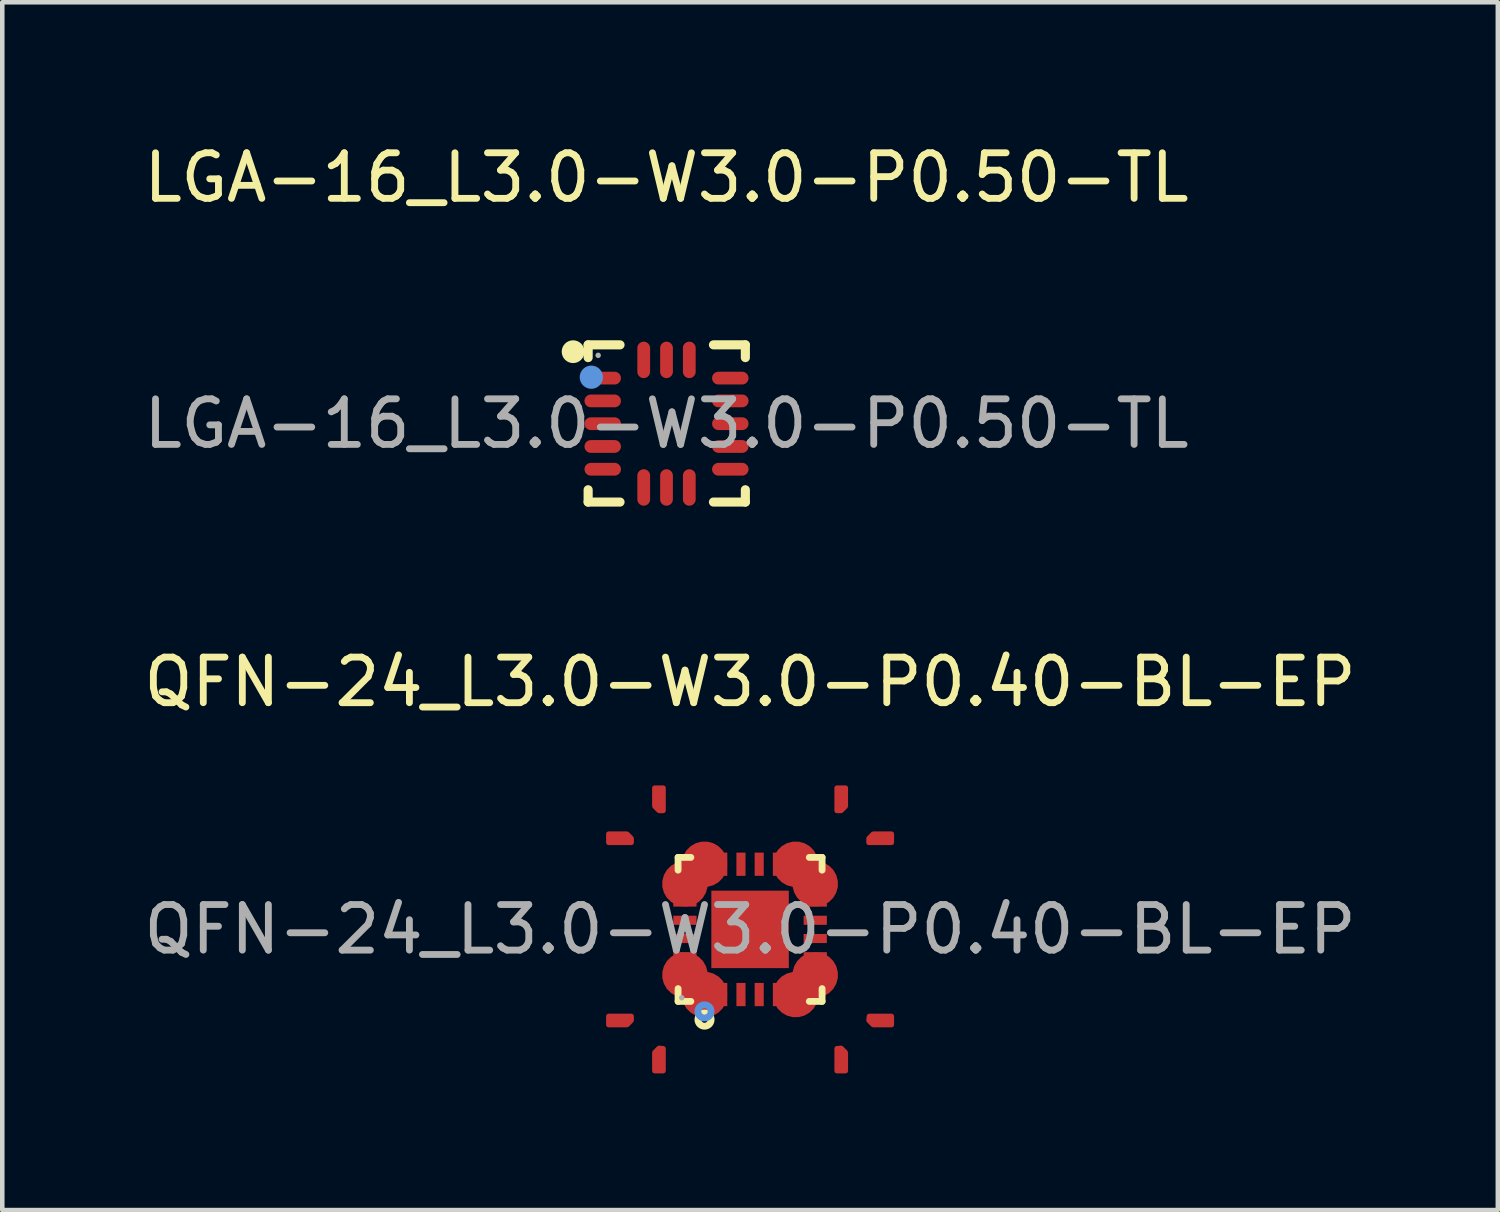
<source format=kicad_pcb>
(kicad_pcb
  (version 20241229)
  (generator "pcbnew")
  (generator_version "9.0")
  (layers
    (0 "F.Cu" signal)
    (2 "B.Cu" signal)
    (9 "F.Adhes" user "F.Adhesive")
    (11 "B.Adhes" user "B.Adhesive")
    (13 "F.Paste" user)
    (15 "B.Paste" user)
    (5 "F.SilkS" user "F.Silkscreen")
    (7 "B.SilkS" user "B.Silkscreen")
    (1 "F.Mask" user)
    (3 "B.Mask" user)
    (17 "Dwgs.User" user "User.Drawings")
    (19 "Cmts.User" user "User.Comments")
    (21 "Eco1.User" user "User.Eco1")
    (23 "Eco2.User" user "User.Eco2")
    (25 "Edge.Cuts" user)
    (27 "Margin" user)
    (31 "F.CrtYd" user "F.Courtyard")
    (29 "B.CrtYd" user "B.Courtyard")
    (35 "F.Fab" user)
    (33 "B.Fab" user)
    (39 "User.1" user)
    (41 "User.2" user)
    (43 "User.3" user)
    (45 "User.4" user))
  (footprint "QFN-24_L3.0-W3.0-P0.40-BL-EP"
    (layer "F.Cu")
    (at 13.411 17.346)
    (property "Reference" "QFN-24_L3.0-W3.0-P0.40-BL-EP" (at 0 -5.43 0) (layer "F.SilkS") (effects (font (size 1 1) (thickness 0.15))))
    (attr through_hole)
    (fp_line (start -1.58 -1.58) (end -1.3 -1.58) (stroke (width 0.15) (type solid)) (layer "F.SilkS"))
    (fp_line (start -1.58 -1.3) (end -1.58 -1.58) (stroke (width 0.15) (type solid)) (layer "F.SilkS"))
    (fp_line (start -1.58 1.3) (end -1.58 1.58) (stroke (width 0.15) (type solid)) (layer "F.SilkS"))
    (fp_line (start -1.58 1.58) (end -1.3 1.58) (stroke (width 0.15) (type solid)) (layer "F.SilkS"))
    (fp_line (start 1.58 -1.58) (end 1.3 -1.58) (stroke (width 0.15) (type solid)) (layer "F.SilkS"))
    (fp_line (start 1.58 -1.3) (end 1.58 -1.58) (stroke (width 0.15) (type solid)) (layer "F.SilkS"))
    (fp_line (start 1.58 1.3) (end 1.58 1.58) (stroke (width 0.15) (type solid)) (layer "F.SilkS"))
    (fp_line (start 1.58 1.58) (end 1.3 1.58) (stroke (width 0.15) (type solid)) (layer "F.SilkS"))
    (fp_circle (center -1 1.98) (end -0.93 1.98) (stroke (width 0.15) (type solid)) (fill no) (layer "F.SilkS"))
    (fp_circle (center -1 1.8) (end -0.93 1.8) (stroke (width 0.15) (type solid)) (fill no) (layer "Cmts.User"))
    (fp_circle (center -1.5 1.5) (end -1.47 1.5) (stroke (width 0.06) (type solid)) (fill no) (layer "F.Fab"))
    (fp_text user "${REFERENCE}" (at 0 0 0) (layer "F.Fab") (effects (font (size 1 1) (thickness 0.15))))
    (pad "1" smd custom (at -1 1.43) (size 1 1) (layers "F.Cu" "F.Mask" "F.Paste") (options (anchor circle)) (primitives (gr_poly (pts (xy -1.1 1.68) (xy -0.9 1.68) (xy -0.9 1.18) (xy -1 1.17) (xy -1.1 1.27)) (width 0.1) (fill yes))))
    (pad "2" smd rect (at -0.6 1.43) (size 0.2 0.51) (layers "F.Cu" "F.Mask" "F.Paste"))
    (pad "3" smd rect (at -0.2 1.43) (size 0.2 0.51) (layers "F.Cu" "F.Mask" "F.Paste"))
    (pad "4" smd rect (at 0.2 1.43) (size 0.2 0.51) (layers "F.Cu" "F.Mask" "F.Paste"))
    (pad "5" smd rect (at 0.6 1.43) (size 0.2 0.51) (layers "F.Cu" "F.Mask" "F.Paste"))
    (pad "6" smd custom (at 1 1.43) (size 1 1) (layers "F.Cu" "F.Mask" "F.Paste") (options (anchor circle)) (primitives (gr_poly (pts (xy 1.1 1.68) (xy 0.9 1.68) (xy 0.9 1.18) (xy 1 1.17) (xy 1.1 1.27)) (width 0.1) (fill yes))))
    (pad "7" smd custom (at 1.43 1) (size 1 1) (layers "F.Cu" "F.Mask" "F.Paste") (options (anchor circle)) (primitives (gr_poly (pts (xy 1.68 1.1) (xy 1.27 1.1) (xy 1.17 1) (xy 1.18 0.9) (xy 1.68 0.9)) (width 0.1) (fill yes))))
    (pad "8" smd rect (at 1.43 0.6) (size 0.51 0.2) (layers "F.Cu" "F.Mask" "F.Paste"))
    (pad "9" smd rect (at 1.43 0.2) (size 0.51 0.2) (layers "F.Cu" "F.Mask" "F.Paste"))
    (pad "10" smd rect (at 1.43 -0.2) (size 0.51 0.2) (layers "F.Cu" "F.Mask" "F.Paste"))
    (pad "11" smd rect (at 1.43 -0.6) (size 0.51 0.2) (layers "F.Cu" "F.Mask" "F.Paste"))
    (pad "12" smd custom (at 1.43 -1) (size 1 1) (layers "F.Cu" "F.Mask" "F.Paste") (options (anchor circle)) (primitives (gr_poly (pts (xy 1.68 -1.1) (xy 1.27 -1.1) (xy 1.17 -1) (xy 1.17 -0.9) (xy 1.68 -0.9)) (width 0.1) (fill yes))))
    (pad "13" smd custom (at 1 -1.43) (size 1 1) (layers "F.Cu" "F.Mask" "F.Paste") (options (anchor circle)) (primitives (gr_poly (pts (xy 1.1 -1.68) (xy 0.9 -1.68) (xy 0.9 -1.17) (xy 1 -1.17) (xy 1.1 -1.27)) (width 0.1) (fill yes))))
    (pad "14" smd rect (at 0.6 -1.43) (size 0.2 0.51) (layers "F.Cu" "F.Mask" "F.Paste"))
    (pad "15" smd rect (at 0.2 -1.43) (size 0.2 0.51) (layers "F.Cu" "F.Mask" "F.Paste"))
    (pad "16" smd rect (at -0.2 -1.43) (size 0.2 0.51) (layers "F.Cu" "F.Mask" "F.Paste"))
    (pad "17" smd rect (at -0.6 -1.43) (size 0.2 0.51) (layers "F.Cu" "F.Mask" "F.Paste"))
    (pad "18" smd custom (at -1 -1.43) (size 1 1) (layers "F.Cu" "F.Mask" "F.Paste") (options (anchor circle)) (primitives (gr_poly (pts (xy -1.1 -1.68) (xy -0.9 -1.68) (xy -0.9 -1.17) (xy -1 -1.17) (xy -1.1 -1.27)) (width 0.1) (fill yes))))
    (pad "19" smd custom (at -1.43 -1) (size 1 1) (layers "F.Cu" "F.Mask" "F.Paste") (options (anchor circle)) (primitives (gr_poly (pts (xy -1.68 -1.1) (xy -1.27 -1.1) (xy -1.17 -1) (xy -1.17 -0.9) (xy -1.68 -0.9)) (width 0.1) (fill yes))))
    (pad "20" smd rect (at -1.43 -0.6) (size 0.51 0.2) (layers "F.Cu" "F.Mask" "F.Paste"))
    (pad "21" smd rect (at -1.43 -0.2) (size 0.51 0.2) (layers "F.Cu" "F.Mask" "F.Paste"))
    (pad "22" smd rect (at -1.43 0.2) (size 0.51 0.2) (layers "F.Cu" "F.Mask" "F.Paste"))
    (pad "23" smd rect (at -1.43 0.6) (size 0.51 0.2) (layers "F.Cu" "F.Mask" "F.Paste"))
    (pad "24" smd custom (at -1.43 1) (size 1 1) (layers "F.Cu" "F.Mask" "F.Paste") (options (anchor circle)) (primitives (gr_poly (pts (xy -1.68 1.1) (xy -1.27 1.1) (xy -1.17 1) (xy -1.17 0.9) (xy -1.68 0.9)) (width 0.1) (fill yes))))
    (pad "25" smd rect (at 0 0) (size 1.7 1.7) (layers "F.Cu" "F.Mask" "F.Paste")))
  (footprint "LGA-16_L3.0-W3.0-P0.50-TL"
    (layer "F.Cu")
    (at 11.577 6.248)
    (property "Reference" "LGA-16_L3.0-W3.0-P0.50-TL" (at 0 -5.4 0) (layer "F.SilkS") (effects (font (size 1 1) (thickness 0.15))))
    (attr through_hole)
    (fp_line (start -1.72 -1.73) (end -1.02 -1.73) (stroke (width 0.2) (type solid)) (layer "F.SilkS"))
    (fp_line (start -1.72 -1.45) (end -1.72 -1.73) (stroke (width 0.2) (type solid)) (layer "F.SilkS"))
    (fp_line (start -1.72 1.45) (end -1.72 1.72) (stroke (width 0.2) (type solid)) (layer "F.SilkS"))
    (fp_line (start -1.72 1.72) (end -1.02 1.72) (stroke (width 0.2) (type solid)) (layer "F.SilkS"))
    (fp_line (start 1.03 -1.73) (end 1.73 -1.73) (stroke (width 0.2) (type solid)) (layer "F.SilkS"))
    (fp_line (start 1.03 1.72) (end 1.73 1.72) (stroke (width 0.2) (type solid)) (layer "F.SilkS"))
    (fp_line (start 1.73 -1.73) (end 1.73 -1.45) (stroke (width 0.2) (type solid)) (layer "F.SilkS"))
    (fp_line (start 1.73 1.72) (end 1.73 1.45) (stroke (width 0.2) (type solid)) (layer "F.SilkS"))
    (fp_arc (start -2.05 -1.58) (mid -2.05 -1.58) (end -2.05 -1.58) (stroke (width 0.25) (type solid)) (layer "F.SilkS"))
    (fp_circle (center -1.65 -1.02) (end -1.52 -1.02) (stroke (width 0.25) (type solid)) (fill no) (layer "Cmts.User"))
    (fp_circle (center -1.5 -1.5) (end -1.47 -1.5) (stroke (width 0.06) (type solid)) (fill no) (layer "F.Fab"))
    (fp_text user "${REFERENCE}" (at 0 0 0) (layer "F.Fab") (effects (font (size 1 1) (thickness 0.15))))
    (pad "1" smd oval (at -1.4 -1) (size 0.8 0.28) (layers "F.Cu" "F.Mask" "F.Paste"))
    (pad "2" smd oval (at -1.4 -0.5) (size 0.8 0.28) (layers "F.Cu" "F.Mask" "F.Paste"))
    (pad "3" smd oval (at -1.4 0) (size 0.8 0.28) (layers "F.Cu" "F.Mask" "F.Paste"))
    (pad "4" smd oval (at -1.4 0.5) (size 0.8 0.28) (layers "F.Cu" "F.Mask" "F.Paste"))
    (pad "5" smd oval (at -1.4 1) (size 0.8 0.28) (layers "F.Cu" "F.Mask" "F.Paste"))
    (pad "6" smd oval (at -0.5 1.4) (size 0.28 0.8) (layers "F.Cu" "F.Mask" "F.Paste"))
    (pad "7" smd oval (at 0 1.4) (size 0.28 0.8) (layers "F.Cu" "F.Mask" "F.Paste"))
    (pad "8" smd oval (at 0.5 1.4) (size 0.28 0.8) (layers "F.Cu" "F.Mask" "F.Paste"))
    (pad "9" smd oval (at 1.4 1) (size 0.8 0.28) (layers "F.Cu" "F.Mask" "F.Paste"))
    (pad "10" smd oval (at 1.4 0.5) (size 0.8 0.28) (layers "F.Cu" "F.Mask" "F.Paste"))
    (pad "11" smd oval (at 1.4 0) (size 0.8 0.28) (layers "F.Cu" "F.Mask" "F.Paste"))
    (pad "12" smd oval (at 1.4 -0.5) (size 0.8 0.28) (layers "F.Cu" "F.Mask" "F.Paste"))
    (pad "13" smd oval (at 1.4 -1) (size 0.8 0.28) (layers "F.Cu" "F.Mask" "F.Paste"))
    (pad "14" smd oval (at 0.5 -1.4) (size 0.28 0.8) (layers "F.Cu" "F.Mask" "F.Paste"))
    (pad "15" smd oval (at 0 -1.4) (size 0.28 0.8) (layers "F.Cu" "F.Mask" "F.Paste"))
    (pad "16" smd oval (at -0.5 -1.4) (size 0.28 0.8) (layers "F.Cu" "F.Mask" "F.Paste")))
  (gr_rect
    (start -3 -3)
    (end 29.821 23.506)
    (stroke (width 0.1) (type default))
    (fill no)
    (layer "Edge.Cuts")))
</source>
